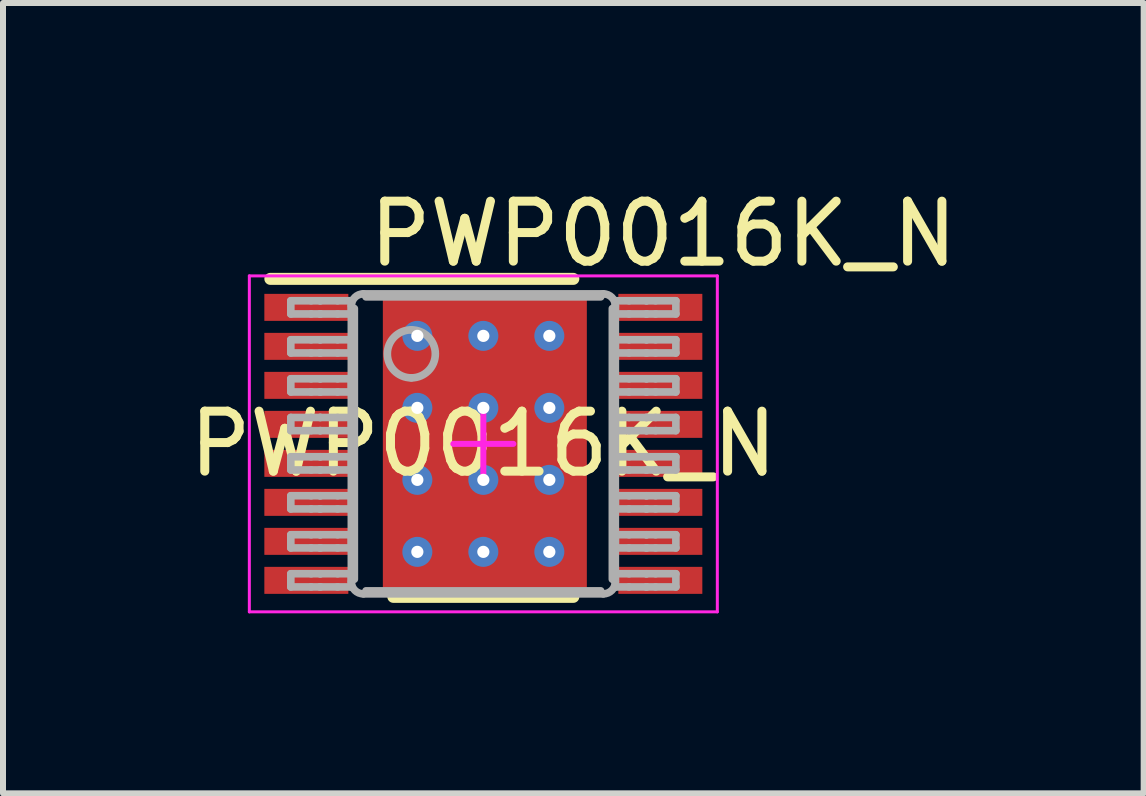
<source format=kicad_pcb>
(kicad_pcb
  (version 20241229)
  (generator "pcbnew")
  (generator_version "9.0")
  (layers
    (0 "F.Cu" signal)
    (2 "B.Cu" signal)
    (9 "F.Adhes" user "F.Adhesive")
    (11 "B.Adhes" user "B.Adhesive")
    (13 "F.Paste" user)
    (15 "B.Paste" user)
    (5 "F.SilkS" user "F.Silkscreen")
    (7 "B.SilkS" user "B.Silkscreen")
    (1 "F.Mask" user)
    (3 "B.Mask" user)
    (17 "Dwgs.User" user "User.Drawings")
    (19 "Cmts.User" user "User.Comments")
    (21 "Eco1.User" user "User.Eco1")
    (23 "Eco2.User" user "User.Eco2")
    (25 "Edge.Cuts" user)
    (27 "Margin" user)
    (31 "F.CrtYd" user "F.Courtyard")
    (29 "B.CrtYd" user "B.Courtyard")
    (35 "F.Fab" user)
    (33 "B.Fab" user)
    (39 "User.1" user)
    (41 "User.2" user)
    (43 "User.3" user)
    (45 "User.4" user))
  (footprint "PWP0016K_N"
    (layer "F.Cu")
    (at 5.006 4.348)
    (property "Reference" "PWP0016K_N" (at 0 0 0) (unlocked yes) (layer "F.SilkS") (effects (font (size 1 1) (thickness 0.15))))
    (attr smd)
    (fp_poly (pts (xy -1.23 1.109) (xy -1.23 -1.109) (xy -1.229 -1.118) (xy -1.226 -1.126) (xy -1.222 -1.134) (xy -1.216 -1.141) (xy -1.209 -1.147) (xy -1.201 -1.151) (xy -1.193 -1.154) (xy -1.184 -1.155) (xy 1.184 -1.155) (xy 1.193 -1.154) (xy 1.201 -1.151) (xy 1.209 -1.147) (xy 1.216 -1.141) (xy 1.222 -1.134) (xy 1.226 -1.126) (xy 1.229 -1.118) (xy 1.23 -1.109) (xy 1.23 1.109) (xy 1.229 1.118) (xy 1.226 1.126) (xy 1.222 1.134) (xy 1.216 1.141) (xy 1.209 1.147) (xy 1.201 1.151) (xy 1.193 1.154) (xy 1.184 1.155) (xy -1.184 1.155) (xy -1.193 1.154) (xy -1.201 1.151) (xy -1.209 1.147) (xy -1.216 1.141) (xy -1.222 1.134) (xy -1.226 1.126) (xy -1.229 1.118)) (stroke (width 0) (type solid)) (fill yes) (layer "F.Mask"))
    (fp_line (start -3.55 -2.75) (end 1.5 -2.75) (stroke (width 0.2) (type solid)) (layer "F.SilkS"))
    (fp_line (start -1.5 2.55) (end 1.5 2.55) (stroke (width 0.2) (type solid)) (layer "F.SilkS"))
    (fp_poly (pts (xy -1.23 1.109) (xy -1.23 -1.109) (xy -1.229 -1.118) (xy -1.226 -1.126) (xy -1.222 -1.134) (xy -1.216 -1.141) (xy -1.209 -1.147) (xy -1.201 -1.151) (xy -1.193 -1.154) (xy -1.184 -1.155) (xy 1.184 -1.155) (xy 1.193 -1.154) (xy 1.201 -1.151) (xy 1.209 -1.147) (xy 1.216 -1.141) (xy 1.222 -1.134) (xy 1.226 -1.126) (xy 1.229 -1.118) (xy 1.23 -1.109) (xy 1.23 1.109) (xy 1.229 1.118) (xy 1.226 1.126) (xy 1.222 1.134) (xy 1.216 1.141) (xy 1.209 1.147) (xy 1.201 1.151) (xy 1.193 1.154) (xy 1.184 1.155) (xy -1.184 1.155) (xy -1.193 1.154) (xy -1.201 1.151) (xy -1.209 1.147) (xy -1.216 1.141) (xy -1.222 1.134) (xy -1.226 1.126) (xy -1.229 1.118)) (stroke (width 0) (type solid)) (fill yes) (layer "F.Paste"))
    (fp_line (start -3.9 -2.8) (end 3.9 -2.8) (stroke (width 0.05) (type solid)) (layer "F.CrtYd"))
    (fp_line (start -3.9 2.8) (end -3.9 -2.8) (stroke (width 0.05) (type solid)) (layer "F.CrtYd"))
    (fp_line (start -3.9 2.8) (end 3.9 2.8) (stroke (width 0.05) (type solid)) (layer "F.CrtYd"))
    (fp_line (start -0.5 -0.000003) (end 0.5 -0.000003) (stroke (width 0.1) (type solid)) (layer "F.CrtYd"))
    (fp_line (start -0.000003 0.5) (end -0.000003 -0.5) (stroke (width 0.1) (type solid)) (layer "F.CrtYd"))
    (fp_line (start 3.9 2.8) (end 3.9 -2.8) (stroke (width 0.05) (type solid)) (layer "F.CrtYd"))
    (fp_line (start -3.209 -2.385) (end -2.871 -2.385) (stroke (width 0.127) (type solid)) (layer "F.Fab"))
    (fp_line (start -3.209 -2.165) (end -3.209 -2.385) (stroke (width 0.127) (type solid)) (layer "F.Fab"))
    (fp_line (start -3.209 -2.165) (end -2.871 -2.165) (stroke (width 0.127) (type solid)) (layer "F.Fab"))
    (fp_line (start -3.209 -1.735) (end -2.871 -1.735) (stroke (width 0.127) (type solid)) (layer "F.Fab"))
    (fp_line (start -3.209 -1.515) (end -3.209 -1.735) (stroke (width 0.127) (type solid)) (layer "F.Fab"))
    (fp_line (start -3.209 -1.515) (end -2.871 -1.515) (stroke (width 0.127) (type solid)) (layer "F.Fab"))
    (fp_line (start -3.209 -1.085) (end -2.871 -1.085) (stroke (width 0.127) (type solid)) (layer "F.Fab"))
    (fp_line (start -3.209 -0.865) (end -3.209 -1.085) (stroke (width 0.127) (type solid)) (layer "F.Fab"))
    (fp_line (start -3.209 -0.865) (end -2.871 -0.865) (stroke (width 0.127) (type solid)) (layer "F.Fab"))
    (fp_line (start -3.209 -0.44) (end -2.871 -0.44) (stroke (width 0.127) (type solid)) (layer "F.Fab"))
    (fp_line (start -3.209 -0.22) (end -3.209 -0.44) (stroke (width 0.127) (type solid)) (layer "F.Fab"))
    (fp_line (start -3.209 -0.22) (end -2.871 -0.22) (stroke (width 0.127) (type solid)) (layer "F.Fab"))
    (fp_line (start -3.209 0.215) (end -2.871 0.215) (stroke (width 0.127) (type solid)) (layer "F.Fab"))
    (fp_line (start -3.209 0.435) (end -3.209 0.215) (stroke (width 0.127) (type solid)) (layer "F.Fab"))
    (fp_line (start -3.209 0.435) (end -2.871 0.435) (stroke (width 0.127) (type solid)) (layer "F.Fab"))
    (fp_line (start -3.209 0.865) (end -2.871 0.865) (stroke (width 0.127) (type solid)) (layer "F.Fab"))
    (fp_line (start -3.209 1.085) (end -3.209 0.865) (stroke (width 0.127) (type solid)) (layer "F.Fab"))
    (fp_line (start -3.209 1.085) (end -2.871 1.085) (stroke (width 0.127) (type solid)) (layer "F.Fab"))
    (fp_line (start -3.209 1.515) (end -2.871 1.515) (stroke (width 0.127) (type solid)) (layer "F.Fab"))
    (fp_line (start -3.209 1.735) (end -3.209 1.515) (stroke (width 0.127) (type solid)) (layer "F.Fab"))
    (fp_line (start -3.209 1.735) (end -2.871 1.735) (stroke (width 0.127) (type solid)) (layer "F.Fab"))
    (fp_line (start -3.209 2.165) (end -2.871 2.165) (stroke (width 0.127) (type solid)) (layer "F.Fab"))
    (fp_line (start -3.209 2.385) (end -3.209 2.165) (stroke (width 0.127) (type solid)) (layer "F.Fab"))
    (fp_line (start -3.209 2.385) (end -2.871 2.385) (stroke (width 0.127) (type solid)) (layer "F.Fab"))
    (fp_line (start -2.871 -2.385) (end -2.723 -2.385) (stroke (width 0.127) (type solid)) (layer "F.Fab"))
    (fp_line (start -2.871 -2.165) (end -2.723 -2.165) (stroke (width 0.127) (type solid)) (layer "F.Fab"))
    (fp_line (start -2.871 -1.735) (end -2.723 -1.735) (stroke (width 0.127) (type solid)) (layer "F.Fab"))
    (fp_line (start -2.871 -1.515) (end -2.723 -1.515) (stroke (width 0.127) (type solid)) (layer "F.Fab"))
    (fp_line (start -2.871 -1.085) (end -2.723 -1.085) (stroke (width 0.127) (type solid)) (layer "F.Fab"))
    (fp_line (start -2.871 -0.865) (end -2.723 -0.865) (stroke (width 0.127) (type solid)) (layer "F.Fab"))
    (fp_line (start -2.871 -0.44) (end -2.723 -0.44) (stroke (width 0.127) (type solid)) (layer "F.Fab"))
    (fp_line (start -2.871 -0.22) (end -2.723 -0.22) (stroke (width 0.127) (type solid)) (layer "F.Fab"))
    (fp_line (start -2.871 0.215) (end -2.723 0.215) (stroke (width 0.127) (type solid)) (layer "F.Fab"))
    (fp_line (start -2.871 0.435) (end -2.723 0.435) (stroke (width 0.127) (type solid)) (layer "F.Fab"))
    (fp_line (start -2.871 0.865) (end -2.723 0.865) (stroke (width 0.127) (type solid)) (layer "F.Fab"))
    (fp_line (start -2.871 1.085) (end -2.723 1.085) (stroke (width 0.127) (type solid)) (layer "F.Fab"))
    (fp_line (start -2.871 1.515) (end -2.723 1.515) (stroke (width 0.127) (type solid)) (layer "F.Fab"))
    (fp_line (start -2.871 1.735) (end -2.723 1.735) (stroke (width 0.127) (type solid)) (layer "F.Fab"))
    (fp_line (start -2.871 2.165) (end -2.723 2.165) (stroke (width 0.127) (type solid)) (layer "F.Fab"))
    (fp_line (start -2.871 2.385) (end -2.723 2.385) (stroke (width 0.127) (type solid)) (layer "F.Fab"))
    (fp_line (start -2.723 -2.385) (end -2.714 -2.385) (stroke (width 0.127) (type solid)) (layer "F.Fab"))
    (fp_line (start -2.723 -2.165) (end -2.714 -2.165) (stroke (width 0.127) (type solid)) (layer "F.Fab"))
    (fp_line (start -2.723 -1.735) (end -2.714 -1.735) (stroke (width 0.127) (type solid)) (layer "F.Fab"))
    (fp_line (start -2.723 -1.515) (end -2.714 -1.515) (stroke (width 0.127) (type solid)) (layer "F.Fab"))
    (fp_line (start -2.723 -1.085) (end -2.714 -1.085) (stroke (width 0.127) (type solid)) (layer "F.Fab"))
    (fp_line (start -2.723 -0.865) (end -2.714 -0.865) (stroke (width 0.127) (type solid)) (layer "F.Fab"))
    (fp_line (start -2.723 -0.44) (end -2.714 -0.44) (stroke (width 0.127) (type solid)) (layer "F.Fab"))
    (fp_line (start -2.723 -0.22) (end -2.714 -0.22) (stroke (width 0.127) (type solid)) (layer "F.Fab"))
    (fp_line (start -2.723 0.215) (end -2.714 0.215) (stroke (width 0.127) (type solid)) (layer "F.Fab"))
    (fp_line (start -2.723 0.435) (end -2.714 0.435) (stroke (width 0.127) (type solid)) (layer "F.Fab"))
    (fp_line (start -2.723 0.865) (end -2.714 0.865) (stroke (width 0.127) (type solid)) (layer "F.Fab"))
    (fp_line (start -2.723 1.085) (end -2.714 1.085) (stroke (width 0.127) (type solid)) (layer "F.Fab"))
    (fp_line (start -2.723 1.515) (end -2.714 1.515) (stroke (width 0.127) (type solid)) (layer "F.Fab"))
    (fp_line (start -2.723 1.735) (end -2.714 1.735) (stroke (width 0.127) (type solid)) (layer "F.Fab"))
    (fp_line (start -2.723 2.165) (end -2.714 2.165) (stroke (width 0.127) (type solid)) (layer "F.Fab"))
    (fp_line (start -2.723 2.385) (end -2.714 2.385) (stroke (width 0.127) (type solid)) (layer "F.Fab"))
    (fp_line (start -2.714 -2.385) (end -2.429 -2.385) (stroke (width 0.127) (type solid)) (layer "F.Fab"))
    (fp_line (start -2.714 -2.165) (end -2.429 -2.165) (stroke (width 0.127) (type solid)) (layer "F.Fab"))
    (fp_line (start -2.714 -1.735) (end -2.429 -1.735) (stroke (width 0.127) (type solid)) (layer "F.Fab"))
    (fp_line (start -2.714 -1.515) (end -2.429 -1.515) (stroke (width 0.127) (type solid)) (layer "F.Fab"))
    (fp_line (start -2.714 -1.085) (end -2.429 -1.085) (stroke (width 0.127) (type solid)) (layer "F.Fab"))
    (fp_line (start -2.714 -0.865) (end -2.429 -0.865) (stroke (width 0.127) (type solid)) (layer "F.Fab"))
    (fp_line (start -2.714 -0.44) (end -2.429 -0.44) (stroke (width 0.127) (type solid)) (layer "F.Fab"))
    (fp_line (start -2.714 -0.22) (end -2.429 -0.22) (stroke (width 0.127) (type solid)) (layer "F.Fab"))
    (fp_line (start -2.714 0.215) (end -2.429 0.215) (stroke (width 0.127) (type solid)) (layer "F.Fab"))
    (fp_line (start -2.714 0.435) (end -2.429 0.435) (stroke (width 0.127) (type solid)) (layer "F.Fab"))
    (fp_line (start -2.714 0.865) (end -2.429 0.865) (stroke (width 0.127) (type solid)) (layer "F.Fab"))
    (fp_line (start -2.714 1.085) (end -2.429 1.085) (stroke (width 0.127) (type solid)) (layer "F.Fab"))
    (fp_line (start -2.714 1.515) (end -2.429 1.515) (stroke (width 0.127) (type solid)) (layer "F.Fab"))
    (fp_line (start -2.714 1.735) (end -2.429 1.735) (stroke (width 0.127) (type solid)) (layer "F.Fab"))
    (fp_line (start -2.714 2.165) (end -2.429 2.165) (stroke (width 0.127) (type solid)) (layer "F.Fab"))
    (fp_line (start -2.714 2.385) (end -2.429 2.385) (stroke (width 0.127) (type solid)) (layer "F.Fab"))
    (fp_line (start -2.429 -2.385) (end -2.2 -2.385) (stroke (width 0.127) (type solid)) (layer "F.Fab"))
    (fp_line (start -2.429 -2.165) (end -2.2 -2.165) (stroke (width 0.127) (type solid)) (layer "F.Fab"))
    (fp_line (start -2.429 -1.735) (end -2.2 -1.735) (stroke (width 0.127) (type solid)) (layer "F.Fab"))
    (fp_line (start -2.429 -1.515) (end -2.2 -1.515) (stroke (width 0.127) (type solid)) (layer "F.Fab"))
    (fp_line (start -2.429 -1.085) (end -2.2 -1.085) (stroke (width 0.127) (type solid)) (layer "F.Fab"))
    (fp_line (start -2.429 -0.865) (end -2.2 -0.865) (stroke (width 0.127) (type solid)) (layer "F.Fab"))
    (fp_line (start -2.429 -0.44) (end -2.2 -0.44) (stroke (width 0.127) (type solid)) (layer "F.Fab"))
    (fp_line (start -2.429 -0.22) (end -2.2 -0.22) (stroke (width 0.127) (type solid)) (layer "F.Fab"))
    (fp_line (start -2.429 0.215) (end -2.2 0.215) (stroke (width 0.127) (type solid)) (layer "F.Fab"))
    (fp_line (start -2.429 0.435) (end -2.2 0.435) (stroke (width 0.127) (type solid)) (layer "F.Fab"))
    (fp_line (start -2.429 0.865) (end -2.2 0.865) (stroke (width 0.127) (type solid)) (layer "F.Fab"))
    (fp_line (start -2.429 1.085) (end -2.2 1.085) (stroke (width 0.127) (type solid)) (layer "F.Fab"))
    (fp_line (start -2.429 1.515) (end -2.2 1.515) (stroke (width 0.127) (type solid)) (layer "F.Fab"))
    (fp_line (start -2.429 1.735) (end -2.2 1.735) (stroke (width 0.127) (type solid)) (layer "F.Fab"))
    (fp_line (start -2.429 2.165) (end -2.2 2.165) (stroke (width 0.127) (type solid)) (layer "F.Fab"))
    (fp_line (start -2.429 2.385) (end -2.2 2.385) (stroke (width 0.127) (type solid)) (layer "F.Fab"))
    (fp_line (start -2.2 -2.165) (end -2.2 -2.385) (stroke (width 0.127) (type solid)) (layer "F.Fab"))
    (fp_line (start -2.2 -1.515) (end -2.2 -1.735) (stroke (width 0.127) (type solid)) (layer "F.Fab"))
    (fp_line (start -2.2 -0.865) (end -2.2 -1.085) (stroke (width 0.127) (type solid)) (layer "F.Fab"))
    (fp_line (start -2.2 -0.22) (end -2.2 -0.44) (stroke (width 0.127) (type solid)) (layer "F.Fab"))
    (fp_line (start -2.2 0.435) (end -2.2 0.215) (stroke (width 0.127) (type solid)) (layer "F.Fab"))
    (fp_line (start -2.2 1.085) (end -2.2 0.865) (stroke (width 0.127) (type solid)) (layer "F.Fab"))
    (fp_line (start -2.2 1.735) (end -2.2 1.515) (stroke (width 0.127) (type solid)) (layer "F.Fab"))
    (fp_line (start -2.2 2.3) (end -2.2 -2.3) (stroke (width 0.127) (type solid)) (layer "F.Fab"))
    (fp_line (start -2.2 2.385) (end -2.2 2.165) (stroke (width 0.127) (type solid)) (layer "F.Fab"))
    (fp_line (start -2.15 2.256) (end -2.15 -2.256) (stroke (width 0.127) (type solid)) (layer "F.Fab"))
    (fp_line (start -2 -2.5) (end 2 -2.5) (stroke (width 0.127) (type solid)) (layer "F.Fab"))
    (fp_line (start -2 2.5) (end 2 2.5) (stroke (width 0.127) (type solid)) (layer "F.Fab"))
    (fp_line (start -1.956 -2.45) (end 1.956 -2.45) (stroke (width 0.127) (type solid)) (layer "F.Fab"))
    (fp_line (start -1.956 2.45) (end 1.956 2.45) (stroke (width 0.127) (type solid)) (layer "F.Fab"))
    (fp_line (start 2.15 2.256) (end 2.15 -2.256) (stroke (width 0.127) (type solid)) (layer "F.Fab"))
    (fp_line (start 2.2 -2.385) (end 2.429 -2.385) (stroke (width 0.127) (type solid)) (layer "F.Fab"))
    (fp_line (start 2.2 -2.165) (end 2.2 -2.385) (stroke (width 0.127) (type solid)) (layer "F.Fab"))
    (fp_line (start 2.2 -2.165) (end 2.429 -2.165) (stroke (width 0.127) (type solid)) (layer "F.Fab"))
    (fp_line (start 2.2 -1.735) (end 2.429 -1.735) (stroke (width 0.127) (type solid)) (layer "F.Fab"))
    (fp_line (start 2.2 -1.515) (end 2.2 -1.735) (stroke (width 0.127) (type solid)) (layer "F.Fab"))
    (fp_line (start 2.2 -1.515) (end 2.429 -1.515) (stroke (width 0.127) (type solid)) (layer "F.Fab"))
    (fp_line (start 2.2 -1.085) (end 2.429 -1.085) (stroke (width 0.127) (type solid)) (layer "F.Fab"))
    (fp_line (start 2.2 -0.865) (end 2.2 -1.085) (stroke (width 0.127) (type solid)) (layer "F.Fab"))
    (fp_line (start 2.2 -0.865) (end 2.429 -0.865) (stroke (width 0.127) (type solid)) (layer "F.Fab"))
    (fp_line (start 2.2 -0.44) (end 2.429 -0.44) (stroke (width 0.127) (type solid)) (layer "F.Fab"))
    (fp_line (start 2.2 -0.22) (end 2.2 -0.44) (stroke (width 0.127) (type solid)) (layer "F.Fab"))
    (fp_line (start 2.2 -0.22) (end 2.429 -0.22) (stroke (width 0.127) (type solid)) (layer "F.Fab"))
    (fp_line (start 2.2 0.215) (end 2.429 0.215) (stroke (width 0.127) (type solid)) (layer "F.Fab"))
    (fp_line (start 2.2 0.435) (end 2.2 0.215) (stroke (width 0.127) (type solid)) (layer "F.Fab"))
    (fp_line (start 2.2 0.435) (end 2.429 0.435) (stroke (width 0.127) (type solid)) (layer "F.Fab"))
    (fp_line (start 2.2 0.865) (end 2.429 0.865) (stroke (width 0.127) (type solid)) (layer "F.Fab"))
    (fp_line (start 2.2 1.085) (end 2.2 0.865) (stroke (width 0.127) (type solid)) (layer "F.Fab"))
    (fp_line (start 2.2 1.085) (end 2.429 1.085) (stroke (width 0.127) (type solid)) (layer "F.Fab"))
    (fp_line (start 2.2 1.515) (end 2.429 1.515) (stroke (width 0.127) (type solid)) (layer "F.Fab"))
    (fp_line (start 2.2 1.735) (end 2.2 1.515) (stroke (width 0.127) (type solid)) (layer "F.Fab"))
    (fp_line (start 2.2 1.735) (end 2.429 1.735) (stroke (width 0.127) (type solid)) (layer "F.Fab"))
    (fp_line (start 2.2 2.165) (end 2.429 2.165) (stroke (width 0.127) (type solid)) (layer "F.Fab"))
    (fp_line (start 2.2 2.3) (end 2.2 -2.3) (stroke (width 0.127) (type solid)) (layer "F.Fab"))
    (fp_line (start 2.2 2.385) (end 2.2 2.165) (stroke (width 0.127) (type solid)) (layer "F.Fab"))
    (fp_line (start 2.2 2.385) (end 2.429 2.385) (stroke (width 0.127) (type solid)) (layer "F.Fab"))
    (fp_line (start 2.429 -2.385) (end 2.714 -2.385) (stroke (width 0.127) (type solid)) (layer "F.Fab"))
    (fp_line (start 2.429 -2.165) (end 2.714 -2.165) (stroke (width 0.127) (type solid)) (layer "F.Fab"))
    (fp_line (start 2.429 -1.735) (end 2.714 -1.735) (stroke (width 0.127) (type solid)) (layer "F.Fab"))
    (fp_line (start 2.429 -1.515) (end 2.714 -1.515) (stroke (width 0.127) (type solid)) (layer "F.Fab"))
    (fp_line (start 2.429 -1.085) (end 2.714 -1.085) (stroke (width 0.127) (type solid)) (layer "F.Fab"))
    (fp_line (start 2.429 -0.865) (end 2.714 -0.865) (stroke (width 0.127) (type solid)) (layer "F.Fab"))
    (fp_line (start 2.429 -0.44) (end 2.714 -0.44) (stroke (width 0.127) (type solid)) (layer "F.Fab"))
    (fp_line (start 2.429 -0.22) (end 2.714 -0.22) (stroke (width 0.127) (type solid)) (layer "F.Fab"))
    (fp_line (start 2.429 0.215) (end 2.714 0.215) (stroke (width 0.127) (type solid)) (layer "F.Fab"))
    (fp_line (start 2.429 0.435) (end 2.714 0.435) (stroke (width 0.127) (type solid)) (layer "F.Fab"))
    (fp_line (start 2.429 0.865) (end 2.714 0.865) (stroke (width 0.127) (type solid)) (layer "F.Fab"))
    (fp_line (start 2.429 1.085) (end 2.714 1.085) (stroke (width 0.127) (type solid)) (layer "F.Fab"))
    (fp_line (start 2.429 1.515) (end 2.714 1.515) (stroke (width 0.127) (type solid)) (layer "F.Fab"))
    (fp_line (start 2.429 1.735) (end 2.714 1.735) (stroke (width 0.127) (type solid)) (layer "F.Fab"))
    (fp_line (start 2.429 2.165) (end 2.714 2.165) (stroke (width 0.127) (type solid)) (layer "F.Fab"))
    (fp_line (start 2.429 2.385) (end 2.714 2.385) (stroke (width 0.127) (type solid)) (layer "F.Fab"))
    (fp_line (start 2.714 -2.385) (end 2.723 -2.385) (stroke (width 0.127) (type solid)) (layer "F.Fab"))
    (fp_line (start 2.714 -2.165) (end 2.723 -2.165) (stroke (width 0.127) (type solid)) (layer "F.Fab"))
    (fp_line (start 2.714 -1.735) (end 2.723 -1.735) (stroke (width 0.127) (type solid)) (layer "F.Fab"))
    (fp_line (start 2.714 -1.515) (end 2.723 -1.515) (stroke (width 0.127) (type solid)) (layer "F.Fab"))
    (fp_line (start 2.714 -1.085) (end 2.723 -1.085) (stroke (width 0.127) (type solid)) (layer "F.Fab"))
    (fp_line (start 2.714 -0.865) (end 2.723 -0.865) (stroke (width 0.127) (type solid)) (layer "F.Fab"))
    (fp_line (start 2.714 -0.44) (end 2.723 -0.44) (stroke (width 0.127) (type solid)) (layer "F.Fab"))
    (fp_line (start 2.714 -0.22) (end 2.723 -0.22) (stroke (width 0.127) (type solid)) (layer "F.Fab"))
    (fp_line (start 2.714 0.215) (end 2.723 0.215) (stroke (width 0.127) (type solid)) (layer "F.Fab"))
    (fp_line (start 2.714 0.435) (end 2.723 0.435) (stroke (width 0.127) (type solid)) (layer "F.Fab"))
    (fp_line (start 2.714 0.865) (end 2.723 0.865) (stroke (width 0.127) (type solid)) (layer "F.Fab"))
    (fp_line (start 2.714 1.085) (end 2.723 1.085) (stroke (width 0.127) (type solid)) (layer "F.Fab"))
    (fp_line (start 2.714 1.515) (end 2.723 1.515) (stroke (width 0.127) (type solid)) (layer "F.Fab"))
    (fp_line (start 2.714 1.735) (end 2.723 1.735) (stroke (width 0.127) (type solid)) (layer "F.Fab"))
    (fp_line (start 2.714 2.165) (end 2.723 2.165) (stroke (width 0.127) (type solid)) (layer "F.Fab"))
    (fp_line (start 2.714 2.385) (end 2.723 2.385) (stroke (width 0.127) (type solid)) (layer "F.Fab"))
    (fp_line (start 2.723 -2.385) (end 2.871 -2.385) (stroke (width 0.127) (type solid)) (layer "F.Fab"))
    (fp_line (start 2.723 -2.165) (end 2.871 -2.165) (stroke (width 0.127) (type solid)) (layer "F.Fab"))
    (fp_line (start 2.723 -1.735) (end 2.871 -1.735) (stroke (width 0.127) (type solid)) (layer "F.Fab"))
    (fp_line (start 2.723 -1.515) (end 2.871 -1.515) (stroke (width 0.127) (type solid)) (layer "F.Fab"))
    (fp_line (start 2.723 -1.085) (end 2.871 -1.085) (stroke (width 0.127) (type solid)) (layer "F.Fab"))
    (fp_line (start 2.723 -0.865) (end 2.871 -0.865) (stroke (width 0.127) (type solid)) (layer "F.Fab"))
    (fp_line (start 2.723 -0.44) (end 2.871 -0.44) (stroke (width 0.127) (type solid)) (layer "F.Fab"))
    (fp_line (start 2.723 -0.22) (end 2.871 -0.22) (stroke (width 0.127) (type solid)) (layer "F.Fab"))
    (fp_line (start 2.723 0.215) (end 2.871 0.215) (stroke (width 0.127) (type solid)) (layer "F.Fab"))
    (fp_line (start 2.723 0.435) (end 2.871 0.435) (stroke (width 0.127) (type solid)) (layer "F.Fab"))
    (fp_line (start 2.723 0.865) (end 2.871 0.865) (stroke (width 0.127) (type solid)) (layer "F.Fab"))
    (fp_line (start 2.723 1.085) (end 2.871 1.085) (stroke (width 0.127) (type solid)) (layer "F.Fab"))
    (fp_line (start 2.723 1.515) (end 2.871 1.515) (stroke (width 0.127) (type solid)) (layer "F.Fab"))
    (fp_line (start 2.723 1.735) (end 2.871 1.735) (stroke (width 0.127) (type solid)) (layer "F.Fab"))
    (fp_line (start 2.723 2.165) (end 2.871 2.165) (stroke (width 0.127) (type solid)) (layer "F.Fab"))
    (fp_line (start 2.723 2.385) (end 2.871 2.385) (stroke (width 0.127) (type solid)) (layer "F.Fab"))
    (fp_line (start 2.871 -2.385) (end 3.209 -2.385) (stroke (width 0.127) (type solid)) (layer "F.Fab"))
    (fp_line (start 2.871 -2.165) (end 3.209 -2.165) (stroke (width 0.127) (type solid)) (layer "F.Fab"))
    (fp_line (start 2.871 -1.735) (end 3.209 -1.735) (stroke (width 0.127) (type solid)) (layer "F.Fab"))
    (fp_line (start 2.871 -1.515) (end 3.209 -1.515) (stroke (width 0.127) (type solid)) (layer "F.Fab"))
    (fp_line (start 2.871 -1.085) (end 3.209 -1.085) (stroke (width 0.127) (type solid)) (layer "F.Fab"))
    (fp_line (start 2.871 -0.865) (end 3.209 -0.865) (stroke (width 0.127) (type solid)) (layer "F.Fab"))
    (fp_line (start 2.871 -0.44) (end 3.209 -0.44) (stroke (width 0.127) (type solid)) (layer "F.Fab"))
    (fp_line (start 2.871 -0.22) (end 3.209 -0.22) (stroke (width 0.127) (type solid)) (layer "F.Fab"))
    (fp_line (start 2.871 0.215) (end 3.209 0.215) (stroke (width 0.127) (type solid)) (layer "F.Fab"))
    (fp_line (start 2.871 0.435) (end 3.209 0.435) (stroke (width 0.127) (type solid)) (layer "F.Fab"))
    (fp_line (start 2.871 0.865) (end 3.209 0.865) (stroke (width 0.127) (type solid)) (layer "F.Fab"))
    (fp_line (start 2.871 1.085) (end 3.209 1.085) (stroke (width 0.127) (type solid)) (layer "F.Fab"))
    (fp_line (start 2.871 1.515) (end 3.209 1.515) (stroke (width 0.127) (type solid)) (layer "F.Fab"))
    (fp_line (start 2.871 1.735) (end 3.209 1.735) (stroke (width 0.127) (type solid)) (layer "F.Fab"))
    (fp_line (start 2.871 2.165) (end 3.209 2.165) (stroke (width 0.127) (type solid)) (layer "F.Fab"))
    (fp_line (start 2.871 2.385) (end 3.209 2.385) (stroke (width 0.127) (type solid)) (layer "F.Fab"))
    (fp_line (start 3.209 -2.165) (end 3.209 -2.385) (stroke (width 0.127) (type solid)) (layer "F.Fab"))
    (fp_line (start 3.209 -1.515) (end 3.209 -1.735) (stroke (width 0.127) (type solid)) (layer "F.Fab"))
    (fp_line (start 3.209 -0.865) (end 3.209 -1.085) (stroke (width 0.127) (type solid)) (layer "F.Fab"))
    (fp_line (start 3.209 -0.22) (end 3.209 -0.44) (stroke (width 0.127) (type solid)) (layer "F.Fab"))
    (fp_line (start 3.209 0.435) (end 3.209 0.215) (stroke (width 0.127) (type solid)) (layer "F.Fab"))
    (fp_line (start 3.209 1.085) (end 3.209 0.865) (stroke (width 0.127) (type solid)) (layer "F.Fab"))
    (fp_line (start 3.209 1.735) (end 3.209 1.515) (stroke (width 0.127) (type solid)) (layer "F.Fab"))
    (fp_line (start 3.209 2.385) (end 3.209 2.165) (stroke (width 0.127) (type solid)) (layer "F.Fab"))
    (fp_arc (start -2.200001 -2.300018) (mid -2.141422 -2.441439) (end -2.000001 -2.500018) (stroke (width 0.127) (type solid)) (layer "F.Fab"))
    (fp_arc (start -2.000001 2.499998) (mid -2.141422 2.441419) (end -2.200001 2.299998) (stroke (width 0.127) (type solid)) (layer "F.Fab"))
    (fp_arc (start -1.200003 -1.900019) (mid -0.800003 -1.50002) (end -1.200003 -1.100021) (stroke (width 0.127) (type solid)) (layer "F.Fab"))
    (fp_arc (start -1.200003 -1.100021) (mid -1.600002 -1.50002) (end -1.200003 -1.900019) (stroke (width 0.127) (type solid)) (layer "F.Fab"))
    (fp_arc (start 1.999991 -2.500018) (mid 2.141412 -2.441439) (end 2.199991 -2.300018) (stroke (width 0.127) (type solid)) (layer "F.Fab"))
    (fp_arc (start 2.199991 2.299998) (mid 2.141412 2.441419) (end 1.999991 2.499998) (stroke (width 0.127) (type solid)) (layer "F.Fab"))
    (fp_text user "${REFERENCE}" (at 3 -3.5 0) (unlocked yes) (layer "F.SilkS") (effects (font (size 1 1) (thickness 0.15))))
    (pad "1" smd rect (at -2.95 -2.275 90) (size 0.45 1.4) (layers "F.Cu" "F.Mask" "F.Paste"))
    (pad "2" smd rect (at -2.95 -1.625 90) (size 0.45 1.4) (layers "F.Cu" "F.Mask" "F.Paste"))
    (pad "3" smd rect (at -2.95 -0.975 90) (size 0.45 1.4) (layers "F.Cu" "F.Mask" "F.Paste"))
    (pad "4" smd rect (at -2.95 -0.325 90) (size 0.45 1.4) (layers "F.Cu" "F.Mask" "F.Paste"))
    (pad "5" smd rect (at -2.95 0.325 90) (size 0.45 1.4) (layers "F.Cu" "F.Mask" "F.Paste"))
    (pad "6" smd rect (at -2.95 0.975 90) (size 0.45 1.4) (layers "F.Cu" "F.Mask" "F.Paste"))
    (pad "7" smd rect (at -2.95 1.625 90) (size 0.45 1.4) (layers "F.Cu" "F.Mask" "F.Paste"))
    (pad "8" smd rect (at -2.95 2.275 90) (size 0.45 1.4) (layers "F.Cu" "F.Mask" "F.Paste"))
    (pad "9" smd rect (at 2.95 2.275 90) (size 0.45 1.4) (layers "F.Cu" "F.Mask" "F.Paste"))
    (pad "10" smd rect (at 2.95 1.625 90) (size 0.45 1.4) (layers "F.Cu" "F.Mask" "F.Paste"))
    (pad "11" smd rect (at 2.95 0.975 90) (size 0.45 1.4) (layers "F.Cu" "F.Mask" "F.Paste"))
    (pad "12" smd rect (at 2.95 0.325 90) (size 0.45 1.4) (layers "F.Cu" "F.Mask" "F.Paste"))
    (pad "13" smd rect (at 2.95 -0.325 90) (size 0.45 1.4) (layers "F.Cu" "F.Mask" "F.Paste"))
    (pad "14" smd rect (at 2.95 -0.975 90) (size 0.45 1.4) (layers "F.Cu" "F.Mask" "F.Paste"))
    (pad "15" smd rect (at 2.95 -1.625 90) (size 0.45 1.4) (layers "F.Cu" "F.Mask" "F.Paste"))
    (pad "16" smd rect (at 2.95 -2.275 90) (size 0.45 1.4) (layers "F.Cu" "F.Mask" "F.Paste"))
    (pad "17" smd rect (at 0.025 -0.000003) (size 3.4 5) (layers "F.Cu" "F.Mask" "F.Paste"))
    (pad "18" thru_hole circle (at 1.1 0.6) (size 0.5 0.5) (drill 0.203) (layers "*.Cu" "*.Mask"))
    (pad "19" thru_hole circle (at 1.1 -0.6) (size 0.5 0.5) (drill 0.203) (layers "*.Cu" "*.Mask"))
    (pad "20" thru_hole circle (at -1.1 0.6) (size 0.5 0.5) (drill 0.203) (layers "*.Cu" "*.Mask"))
    (pad "21" thru_hole circle (at -1.1 -0.6) (size 0.5 0.5) (drill 0.203) (layers "*.Cu" "*.Mask"))
    (pad "22" thru_hole circle (at 0 0.6) (size 0.5 0.5) (drill 0.203) (layers "*.Cu" "*.Mask"))
    (pad "23" thru_hole circle (at 0 -0.6) (size 0.5 0.5) (drill 0.203) (layers "*.Cu" "*.Mask"))
    (pad "24" thru_hole circle (at 1.1 1.8) (size 0.5 0.5) (drill 0.203) (layers "*.Cu" "*.Mask"))
    (pad "25" thru_hole circle (at 0 1.8) (size 0.5 0.5) (drill 0.203) (layers "*.Cu" "*.Mask"))
    (pad "26" thru_hole circle (at -1.1 1.8) (size 0.5 0.5) (drill 0.203) (layers "*.Cu" "*.Mask"))
    (pad "27" thru_hole circle (at 1.1 -1.8) (size 0.5 0.5) (drill 0.203) (layers "*.Cu" "*.Mask"))
    (pad "28" thru_hole circle (at -1.1 -1.8) (size 0.5 0.5) (drill 0.203) (layers "*.Cu" "*.Mask"))
    (pad "29" thru_hole circle (at 0 -1.8) (size 0.5 0.5) (drill 0.203) (layers "*.Cu" "*.Mask")))
  (gr_rect
    (start -3 -3)
    (end 16.012 10.173)
    (stroke (width 0.1) (type default))
    (fill no)
    (layer "Edge.Cuts")))
</source>
